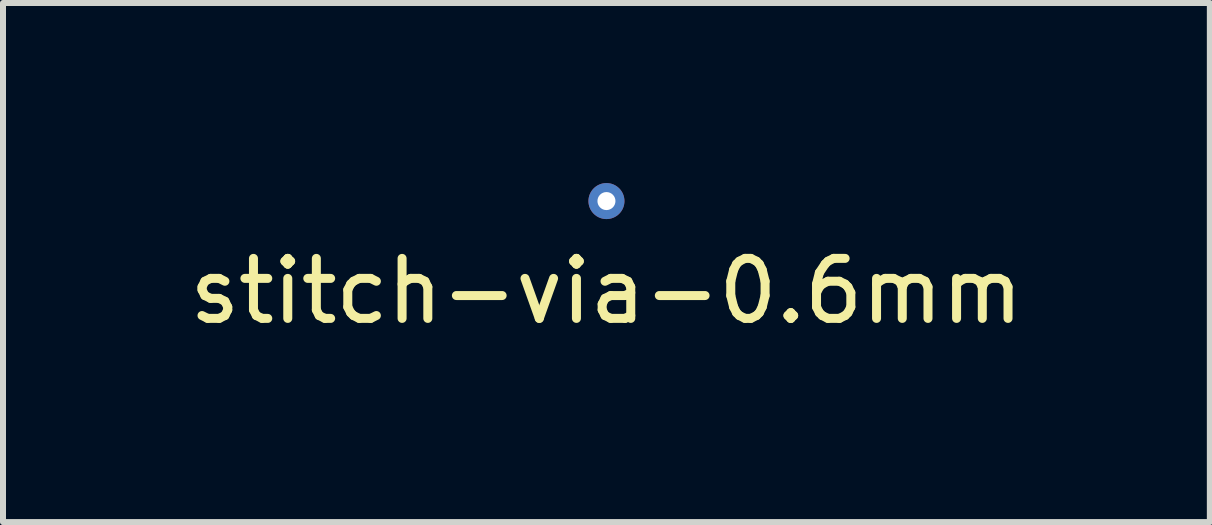
<source format=kicad_pcb>
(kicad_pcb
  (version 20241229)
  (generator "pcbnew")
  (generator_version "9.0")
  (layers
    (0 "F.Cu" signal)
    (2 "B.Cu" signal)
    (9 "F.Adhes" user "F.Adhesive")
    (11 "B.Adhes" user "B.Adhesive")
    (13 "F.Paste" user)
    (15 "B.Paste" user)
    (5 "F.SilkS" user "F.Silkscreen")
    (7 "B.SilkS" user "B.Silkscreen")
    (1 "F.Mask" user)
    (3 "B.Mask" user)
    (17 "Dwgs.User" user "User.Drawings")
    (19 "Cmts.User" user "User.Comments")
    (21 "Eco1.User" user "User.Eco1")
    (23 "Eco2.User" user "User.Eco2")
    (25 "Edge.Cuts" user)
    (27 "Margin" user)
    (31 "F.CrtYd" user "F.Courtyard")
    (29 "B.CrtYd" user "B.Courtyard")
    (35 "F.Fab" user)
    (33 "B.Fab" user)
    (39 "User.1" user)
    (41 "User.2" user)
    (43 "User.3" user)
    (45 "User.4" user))
  (footprint "stitch-via-0.6mm"
    (layer "F.Cu")
    (at 7.054 0.3)
    (property "Reference" "stitch-via-0.6mm" (at 0 1.5 0) (layer "F.SilkS") (effects (font (size 1 1) (thickness 0.15))))
    (attr through_hole)
    (pad "1" thru_hole circle (at 0 0) (size 0.6 0.6) (drill 0.3) (layers "*.Cu")))
  (gr_rect
    (start -3 -3)
    (end 17.107 5.648)
    (stroke (width 0.1) (type default))
    (fill no)
    (layer "Edge.Cuts")))
</source>
